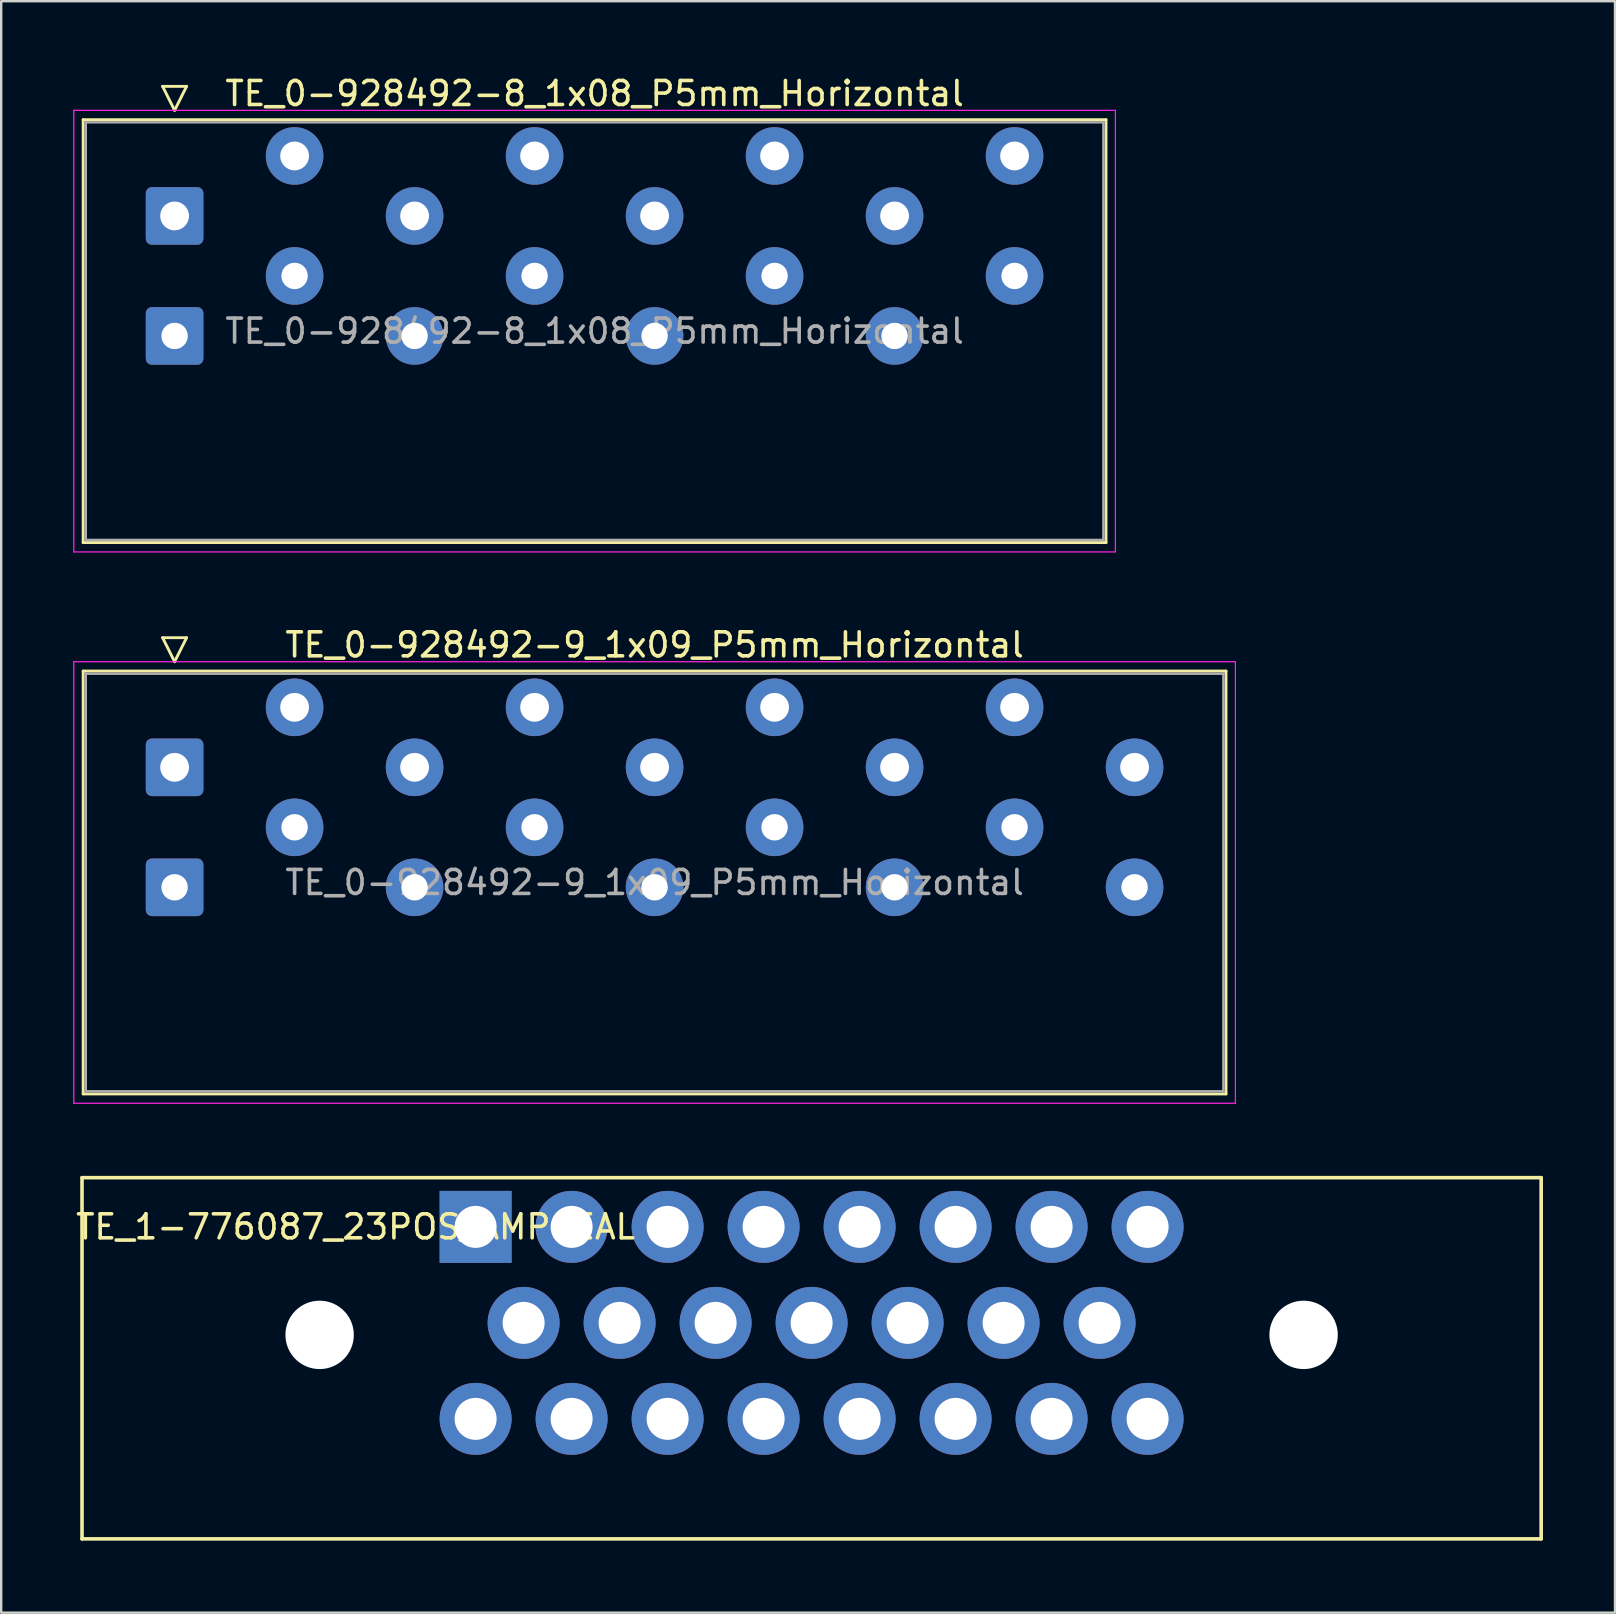
<source format=kicad_pcb>
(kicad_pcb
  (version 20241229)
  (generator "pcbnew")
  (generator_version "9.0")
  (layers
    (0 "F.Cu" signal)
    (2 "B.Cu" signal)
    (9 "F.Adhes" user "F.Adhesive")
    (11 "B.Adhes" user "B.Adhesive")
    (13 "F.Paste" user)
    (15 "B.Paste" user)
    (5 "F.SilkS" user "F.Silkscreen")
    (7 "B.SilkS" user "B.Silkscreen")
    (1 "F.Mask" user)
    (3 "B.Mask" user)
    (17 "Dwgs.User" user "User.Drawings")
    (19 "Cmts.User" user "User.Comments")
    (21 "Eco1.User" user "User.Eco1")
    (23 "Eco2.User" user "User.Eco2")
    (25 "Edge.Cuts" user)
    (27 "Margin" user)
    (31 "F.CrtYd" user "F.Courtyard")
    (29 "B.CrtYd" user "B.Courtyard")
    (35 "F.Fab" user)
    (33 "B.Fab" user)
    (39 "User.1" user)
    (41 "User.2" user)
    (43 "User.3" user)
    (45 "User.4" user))
  (footprint "TE_0-928492-8_1x08_P5mm_Horizontal"
    (layer "F.Cu")
    (at 4.225 5.948)
    (property "Reference" "TE_0-928492-8_1x08_P5mm_Horizontal" (at 17.5 -5.1 0) (layer "F.SilkS") (effects (font (size 1 1) (thickness 0.15))))
    (attr through_hole)
    (fp_line (start -3.81 -4.01) (end 38.81 -4.01) (stroke (width 0.12) (type solid)) (layer "F.SilkS"))
    (fp_line (start -3.81 13.61) (end -3.81 -4.01) (stroke (width 0.12) (type solid)) (layer "F.SilkS"))
    (fp_line (start -0.5 -5.4) (end 0.5 -5.4) (stroke (width 0.12) (type solid)) (layer "F.SilkS"))
    (fp_line (start 0 -4.4) (end -0.5 -5.4) (stroke (width 0.12) (type solid)) (layer "F.SilkS"))
    (fp_line (start 0.5 -5.4) (end 0 -4.4) (stroke (width 0.12) (type solid)) (layer "F.SilkS"))
    (fp_line (start 38.81 -4.01) (end 38.81 13.61) (stroke (width 0.12) (type solid)) (layer "F.SilkS"))
    (fp_line (start 38.81 13.61) (end -3.81 13.61) (stroke (width 0.12) (type solid)) (layer "F.SilkS"))
    (fp_line (start -4.2 -4.4) (end 39.2 -4.4) (stroke (width 0.05) (type solid)) (layer "F.CrtYd"))
    (fp_line (start -4.2 14) (end -4.2 -4.4) (stroke (width 0.05) (type solid)) (layer "F.CrtYd"))
    (fp_line (start 39.2 -4.4) (end 39.2 14) (stroke (width 0.05) (type solid)) (layer "F.CrtYd"))
    (fp_line (start 39.2 14) (end -4.2 14) (stroke (width 0.05) (type solid)) (layer "F.CrtYd"))
    (fp_line (start -3.7 -3.9) (end 38.7 -3.9) (stroke (width 0.1) (type solid)) (layer "F.Fab"))
    (fp_line (start -3.7 13.5) (end -3.7 -3.9) (stroke (width 0.1) (type solid)) (layer "F.Fab"))
    (fp_line (start 38.7 -3.9) (end 38.7 13.5) (stroke (width 0.1) (type solid)) (layer "F.Fab"))
    (fp_line (start 38.7 13.5) (end -3.7 13.5) (stroke (width 0.1) (type solid)) (layer "F.Fab"))
    (fp_text user "${REFERENCE}" (at 17.5 4.8 0) (layer "F.Fab") (effects (font (size 1 1) (thickness 0.15))))
    (pad "1" thru_hole roundrect (at 0 0) (size 2.4 2.4) (drill 1.2) (layers "*.Cu" "*.Mask") (roundrect_rratio 0.104))
    (pad "1" thru_hole roundrect (at 0 5) (size 2.4 2.4) (drill 1.1) (layers "*.Cu" "*.Mask") (roundrect_rratio 0.104))
    (pad "2" thru_hole circle (at 5 -2.5) (size 2.4 2.4) (drill 1.2) (layers "*.Cu" "*.Mask"))
    (pad "2" thru_hole circle (at 5 2.5) (size 2.4 2.4) (drill 1.1) (layers "*.Cu" "*.Mask"))
    (pad "3" thru_hole circle (at 10 0) (size 2.4 2.4) (drill 1.2) (layers "*.Cu" "*.Mask"))
    (pad "3" thru_hole circle (at 10 5) (size 2.4 2.4) (drill 1.1) (layers "*.Cu" "*.Mask"))
    (pad "4" thru_hole circle (at 15 -2.5) (size 2.4 2.4) (drill 1.2) (layers "*.Cu" "*.Mask"))
    (pad "4" thru_hole circle (at 15 2.5) (size 2.4 2.4) (drill 1.1) (layers "*.Cu" "*.Mask"))
    (pad "5" thru_hole circle (at 20 0) (size 2.4 2.4) (drill 1.2) (layers "*.Cu" "*.Mask"))
    (pad "5" thru_hole circle (at 20 5) (size 2.4 2.4) (drill 1.1) (layers "*.Cu" "*.Mask"))
    (pad "6" thru_hole circle (at 25 -2.5) (size 2.4 2.4) (drill 1.2) (layers "*.Cu" "*.Mask"))
    (pad "6" thru_hole circle (at 25 2.5) (size 2.4 2.4) (drill 1.1) (layers "*.Cu" "*.Mask"))
    (pad "7" thru_hole circle (at 30 0) (size 2.4 2.4) (drill 1.2) (layers "*.Cu" "*.Mask"))
    (pad "7" thru_hole circle (at 30 5) (size 2.4 2.4) (drill 1.1) (layers "*.Cu" "*.Mask"))
    (pad "8" thru_hole circle (at 35 -2.5) (size 2.4 2.4) (drill 1.2) (layers "*.Cu" "*.Mask"))
    (pad "8" thru_hole circle (at 35 2.5) (size 2.4 2.4) (drill 1.1) (layers "*.Cu" "*.Mask")))
  (footprint "TE_0-928492-9_1x09_P5mm_Horizontal"
    (layer "F.Cu")
    (at 4.225 28.922)
    (property "Reference" "TE_0-928492-9_1x09_P5mm_Horizontal" (at 20 -5.1 0) (layer "F.SilkS") (effects (font (size 1 1) (thickness 0.15))))
    (attr through_hole)
    (fp_line (start -3.81 -4.01) (end 43.81 -4.01) (stroke (width 0.12) (type solid)) (layer "F.SilkS"))
    (fp_line (start -3.81 13.61) (end -3.81 -4.01) (stroke (width 0.12) (type solid)) (layer "F.SilkS"))
    (fp_line (start -0.5 -5.4) (end 0.5 -5.4) (stroke (width 0.12) (type solid)) (layer "F.SilkS"))
    (fp_line (start 0 -4.4) (end -0.5 -5.4) (stroke (width 0.12) (type solid)) (layer "F.SilkS"))
    (fp_line (start 0.5 -5.4) (end 0 -4.4) (stroke (width 0.12) (type solid)) (layer "F.SilkS"))
    (fp_line (start 43.81 -4.01) (end 43.81 13.61) (stroke (width 0.12) (type solid)) (layer "F.SilkS"))
    (fp_line (start 43.81 13.61) (end -3.81 13.61) (stroke (width 0.12) (type solid)) (layer "F.SilkS"))
    (fp_line (start -4.2 -4.4) (end 44.2 -4.4) (stroke (width 0.05) (type solid)) (layer "F.CrtYd"))
    (fp_line (start -4.2 14) (end -4.2 -4.4) (stroke (width 0.05) (type solid)) (layer "F.CrtYd"))
    (fp_line (start 44.2 -4.4) (end 44.2 14) (stroke (width 0.05) (type solid)) (layer "F.CrtYd"))
    (fp_line (start 44.2 14) (end -4.2 14) (stroke (width 0.05) (type solid)) (layer "F.CrtYd"))
    (fp_line (start -3.7 -3.9) (end 43.7 -3.9) (stroke (width 0.1) (type solid)) (layer "F.Fab"))
    (fp_line (start -3.7 13.5) (end -3.7 -3.9) (stroke (width 0.1) (type solid)) (layer "F.Fab"))
    (fp_line (start 43.7 -3.9) (end 43.7 13.5) (stroke (width 0.1) (type solid)) (layer "F.Fab"))
    (fp_line (start 43.7 13.5) (end -3.7 13.5) (stroke (width 0.1) (type solid)) (layer "F.Fab"))
    (fp_text user "${REFERENCE}" (at 20 4.8 0) (layer "F.Fab") (effects (font (size 1 1) (thickness 0.15))))
    (pad "1" thru_hole roundrect (at 0 0) (size 2.4 2.4) (drill 1.2) (layers "*.Cu" "*.Mask") (roundrect_rratio 0.104))
    (pad "1" thru_hole roundrect (at 0 5) (size 2.4 2.4) (drill 1.1) (layers "*.Cu" "*.Mask") (roundrect_rratio 0.104))
    (pad "2" thru_hole circle (at 5 -2.5) (size 2.4 2.4) (drill 1.2) (layers "*.Cu" "*.Mask"))
    (pad "2" thru_hole circle (at 5 2.5) (size 2.4 2.4) (drill 1.1) (layers "*.Cu" "*.Mask"))
    (pad "3" thru_hole circle (at 10 0) (size 2.4 2.4) (drill 1.2) (layers "*.Cu" "*.Mask"))
    (pad "3" thru_hole circle (at 10 5) (size 2.4 2.4) (drill 1.1) (layers "*.Cu" "*.Mask"))
    (pad "4" thru_hole circle (at 15 -2.5) (size 2.4 2.4) (drill 1.2) (layers "*.Cu" "*.Mask"))
    (pad "4" thru_hole circle (at 15 2.5) (size 2.4 2.4) (drill 1.1) (layers "*.Cu" "*.Mask"))
    (pad "5" thru_hole circle (at 20 0) (size 2.4 2.4) (drill 1.2) (layers "*.Cu" "*.Mask"))
    (pad "5" thru_hole circle (at 20 5) (size 2.4 2.4) (drill 1.1) (layers "*.Cu" "*.Mask"))
    (pad "6" thru_hole circle (at 25 -2.5) (size 2.4 2.4) (drill 1.2) (layers "*.Cu" "*.Mask"))
    (pad "6" thru_hole circle (at 25 2.5) (size 2.4 2.4) (drill 1.1) (layers "*.Cu" "*.Mask"))
    (pad "7" thru_hole circle (at 30 0) (size 2.4 2.4) (drill 1.2) (layers "*.Cu" "*.Mask"))
    (pad "7" thru_hole circle (at 30 5) (size 2.4 2.4) (drill 1.1) (layers "*.Cu" "*.Mask"))
    (pad "8" thru_hole circle (at 35 -2.5) (size 2.4 2.4) (drill 1.2) (layers "*.Cu" "*.Mask"))
    (pad "8" thru_hole circle (at 35 2.5) (size 2.4 2.4) (drill 1.1) (layers "*.Cu" "*.Mask"))
    (pad "9" thru_hole circle (at 40 0) (size 2.4 2.4) (drill 1.2) (layers "*.Cu" "*.Mask"))
    (pad "9" thru_hole circle (at 40 5) (size 2.4 2.4) (drill 1.1) (layers "*.Cu" "*.Mask")))
  (footprint "TE_1-776087_23POS_AMPSEAL"
    (layer "F.Cu")
    (at 16.768 48.072)
    (property "Reference" "TE_1-776087_23POS_AMPSEAL" (at -5 0 0) (layer "F.SilkS") (effects (font (size 1 1) (thickness 0.15))))
    (attr through_hole)
    (fp_line (start -16.4 -2.05) (end 44.4 -2.05) (stroke (width 0.15) (type solid)) (layer "F.SilkS"))
    (fp_line (start -16.4 13) (end -16.4 -2.05) (stroke (width 0.15) (type solid)) (layer "F.SilkS"))
    (fp_line (start 44.4 -2.05) (end 44.4 13) (stroke (width 0.15) (type solid)) (layer "F.SilkS"))
    (fp_line (start 44.4 13) (end -16.4 13) (stroke (width 0.15) (type solid)) (layer "F.SilkS"))
    (pad "" np_thru_hole circle (at -6.5 4.5) (size 2.85 2.85) (drill 2.85) (layers "*.Cu" "*.Mask"))
    (pad "" np_thru_hole circle (at 34.5 4.5) (size 2.85 2.85) (drill 2.85) (layers "*.Cu" "*.Mask"))
    (pad "1" thru_hole rect (at 0 0) (size 3 3) (drill 1.75) (layers "B.Cu" "B.Mask"))
    (pad "2" thru_hole circle (at 4 0) (size 3 3) (drill 1.75) (layers "B.Cu" "B.Mask"))
    (pad "3" thru_hole circle (at 8 0) (size 3 3) (drill 1.75) (layers "B.Cu" "B.Mask"))
    (pad "4" thru_hole circle (at 12 0) (size 3 3) (drill 1.75) (layers "B.Cu" "B.Mask"))
    (pad "5" thru_hole circle (at 16 0) (size 3 3) (drill 1.75) (layers "B.Cu" "B.Mask"))
    (pad "6" thru_hole circle (at 20 0) (size 3 3) (drill 1.75) (layers "B.Cu" "B.Mask"))
    (pad "7" thru_hole circle (at 24 0) (size 3 3) (drill 1.75) (layers "B.Cu" "B.Mask"))
    (pad "8" thru_hole circle (at 28 0) (size 3 3) (drill 1.75) (layers "B.Cu" "B.Mask"))
    (pad "9" thru_hole circle (at 2 4) (size 3 3) (drill 1.75) (layers "B.Cu" "B.Mask"))
    (pad "10" thru_hole circle (at 6 4) (size 3 3) (drill 1.75) (layers "B.Cu" "B.Mask"))
    (pad "11" thru_hole circle (at 10 4) (size 3 3) (drill 1.75) (layers "B.Cu" "B.Mask"))
    (pad "12" thru_hole circle (at 14 4) (size 3 3) (drill 1.75) (layers "B.Cu" "B.Mask"))
    (pad "13" thru_hole circle (at 18 4) (size 3 3) (drill 1.75) (layers "B.Cu" "B.Mask"))
    (pad "14" thru_hole circle (at 22 4) (size 3 3) (drill 1.75) (layers "B.Cu" "B.Mask"))
    (pad "15" thru_hole circle (at 26 4) (size 3 3) (drill 1.75) (layers "B.Cu" "B.Mask"))
    (pad "16" thru_hole circle (at 0 8) (size 3 3) (drill 1.75) (layers "B.Cu" "B.Mask"))
    (pad "17" thru_hole circle (at 4 8) (size 3 3) (drill 1.75) (layers "B.Cu" "B.Mask"))
    (pad "18" thru_hole circle (at 8 8) (size 3 3) (drill 1.75) (layers "B.Cu" "B.Mask"))
    (pad "19" thru_hole circle (at 12 8) (size 3 3) (drill 1.75) (layers "B.Cu" "B.Mask"))
    (pad "20" thru_hole circle (at 16 8) (size 3 3) (drill 1.75) (layers "B.Cu" "B.Mask"))
    (pad "21" thru_hole circle (at 20 8) (size 3 3) (drill 1.75) (layers "B.Cu" "B.Mask"))
    (pad "22" thru_hole circle (at 24 8) (size 3 3) (drill 1.75) (layers "B.Cu" "B.Mask"))
    (pad "23" thru_hole circle (at 28 8) (size 3 3) (drill 1.75) (layers "B.Cu" "B.Mask")))
  (gr_rect
    (start -3 -3)
    (end 64.243 64.147)
    (stroke (width 0.1) (type default))
    (fill no)
    (layer "Edge.Cuts")))
</source>
